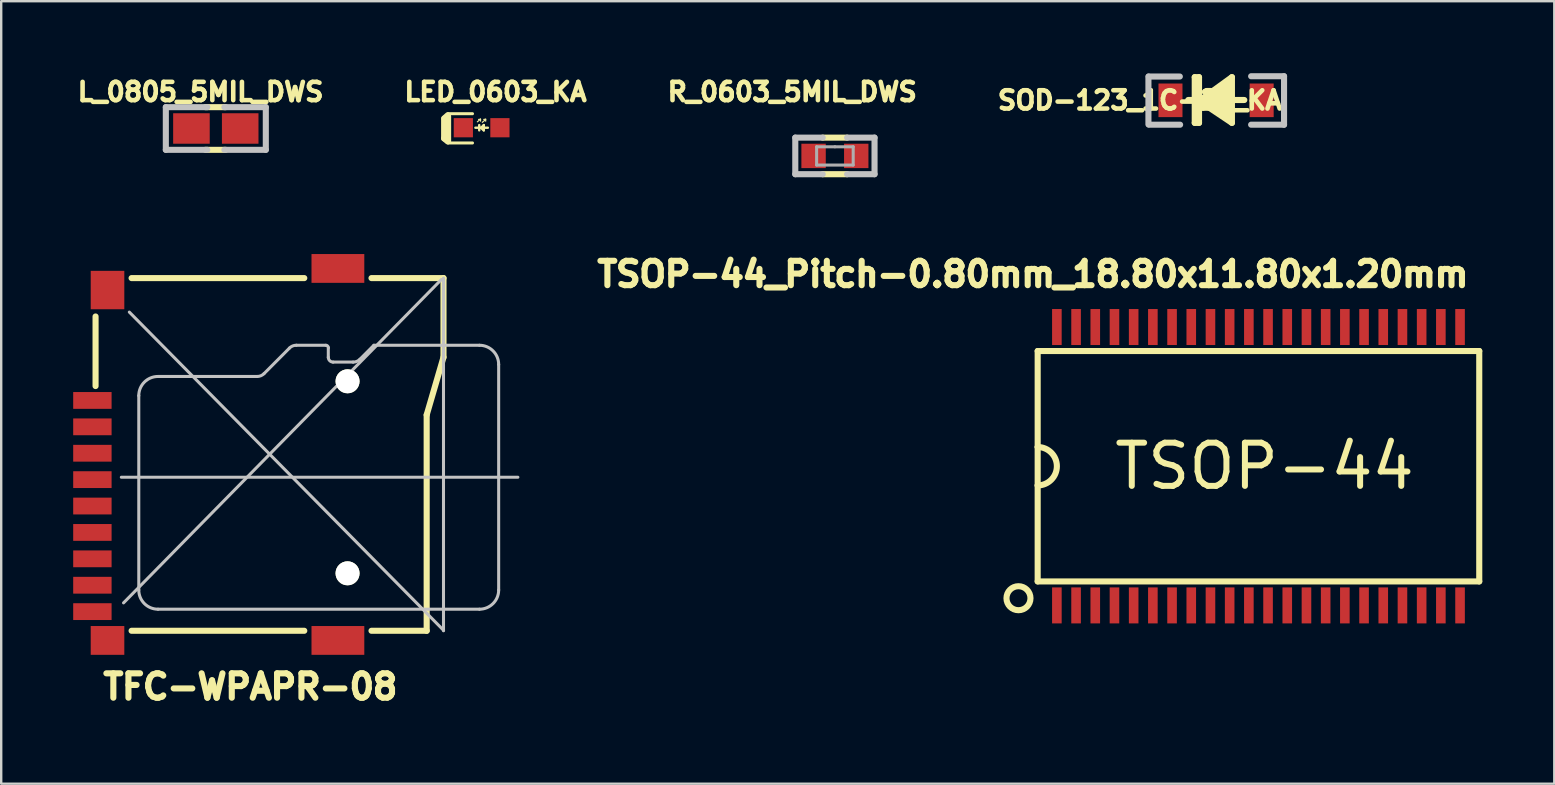
<source format=kicad_pcb>
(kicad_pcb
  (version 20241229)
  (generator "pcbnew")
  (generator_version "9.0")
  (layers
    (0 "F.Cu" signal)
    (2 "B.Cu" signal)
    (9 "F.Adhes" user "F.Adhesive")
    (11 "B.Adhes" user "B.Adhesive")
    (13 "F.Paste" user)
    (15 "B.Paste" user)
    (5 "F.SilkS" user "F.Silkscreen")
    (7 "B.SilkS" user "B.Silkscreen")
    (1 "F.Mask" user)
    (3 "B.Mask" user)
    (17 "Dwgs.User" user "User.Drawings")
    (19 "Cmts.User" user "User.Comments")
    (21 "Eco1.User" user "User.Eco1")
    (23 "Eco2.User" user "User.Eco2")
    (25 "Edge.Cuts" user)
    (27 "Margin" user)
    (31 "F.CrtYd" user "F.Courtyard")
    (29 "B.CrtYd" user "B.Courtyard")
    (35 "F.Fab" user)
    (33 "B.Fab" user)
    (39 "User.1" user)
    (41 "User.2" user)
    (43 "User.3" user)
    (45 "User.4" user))
  (footprint "LED_0603_KA"
    (layer "F.Cu")
    (at 17.019 2.272)
    (property "Reference" "LED_0603_KA" (at 0.58 -1.492 0) (layer "F.SilkS") (effects (font (size 0.762 0.762) (thickness 0.191))))
    (attr smd)
    (fp_line (start -1.562 0.445) (end -1.562 -0.381) (stroke (width 0.254) (type solid)) (layer "F.SilkS"))
    (fp_line (start -1.41 -0.521) (end -1.549 -0.394) (stroke (width 0.254) (type solid)) (layer "F.SilkS"))
    (fp_line (start -1.41 0.572) (end -1.562 0.445) (stroke (width 0.254) (type solid)) (layer "F.SilkS"))
    (fp_line (start -1.397 -0.584) (end -0.381 -0.584) (stroke (width 0.127) (type solid)) (layer "F.SilkS"))
    (fp_line (start -1.397 -0.483) (end -1.397 0.559) (stroke (width 0.254) (type solid)) (layer "F.SilkS"))
    (fp_line (start -0.381 0.635) (end -1.397 0.635) (stroke (width 0.127) (type solid)) (layer "F.SilkS"))
    (fp_line (start -0.178 -0.246) (end -0.048 -0.356) (stroke (width 0.05) (type solid)) (layer "F.SilkS"))
    (fp_line (start -0.1 0.11) (end -0.1 -0.11) (stroke (width 0.1) (type solid)) (layer "F.SilkS"))
    (fp_line (start -0.046 -0.355) (end -0.126 -0.345) (stroke (width 0.05) (type solid)) (layer "F.SilkS"))
    (fp_line (start -0.046 -0.355) (end -0.046 -0.275) (stroke (width 0.05) (type solid)) (layer "F.SilkS"))
    (fp_line (start 0.029 -0.225) (end 0.159 -0.335) (stroke (width 0.05) (type solid)) (layer "F.SilkS"))
    (fp_line (start 0.09 -0.11) (end -0.01 -0.01) (stroke (width 0.1) (type solid)) (layer "F.SilkS"))
    (fp_line (start 0.09 0.11) (end -0.02 0.01) (stroke (width 0.1) (type solid)) (layer "F.SilkS"))
    (fp_line (start 0.09 0.11) (end 0.09 -0.11) (stroke (width 0.1) (type solid)) (layer "F.SilkS"))
    (fp_line (start 0.169 -0.355) (end 0.089 -0.345) (stroke (width 0.05) (type solid)) (layer "F.SilkS"))
    (fp_line (start 0.169 -0.355) (end 0.169 -0.275) (stroke (width 0.05) (type solid)) (layer "F.SilkS"))
    (fp_line (start 0.26 0) (end -0.26 0) (stroke (width 0.1) (type solid)) (layer "F.SilkS"))
    (fp_line (start -0.229 0.635) (end -0.229 0.533) (stroke (width 0.127) (type solid)) (layer "Eco1.User"))
    (fp_line (start -0.229 0.635) (end -0.127 0.61) (stroke (width 0.127) (type solid)) (layer "Eco1.User"))
    (fp_line (start -0.051 0.406) (end -0.229 0.635) (stroke (width 0.127) (type solid)) (layer "Eco1.User"))
    (fp_line (start 0.051 0.635) (end 0.051 0.533) (stroke (width 0.127) (type solid)) (layer "Eco1.User"))
    (fp_line (start 0.051 0.635) (end 0.152 0.61) (stroke (width 0.127) (type solid)) (layer "Eco1.User"))
    (fp_line (start 0.229 0.406) (end 0.051 0.635) (stroke (width 0.127) (type solid)) (layer "Eco1.User"))
    (fp_line (start 1.397 -0.584) (end 0.381 -0.584) (stroke (width 0.127) (type solid)) (layer "Eco1.User"))
    (fp_line (start 1.397 0.584) (end 0.381 0.584) (stroke (width 0.127) (type solid)) (layer "Eco1.User"))
    (fp_line (start 1.397 0.584) (end 1.397 -0.584) (stroke (width 0.127) (type solid)) (layer "Eco1.User"))
    (pad "1" smd rect (at -0.762 0 180) (size 0.8 0.8) (layers "F.Cu" "F.Mask" "F.Paste"))
    (pad "2" smd rect (at 0.762 0 180) (size 0.8 0.8) (layers "F.Cu" "F.Mask" "F.Paste")))
  (footprint "R_0603_5MIL_DWS"
    (layer "F.Cu")
    (at 31.74 3.447)
    (property "Reference" "R_0603_5MIL_DWS" (at -1.778 -2.667 0) (layer "F.SilkS") (effects (font (size 0.762 0.762) (thickness 0.191))))
    (attr smd)
    (fp_line (start -0.508 -0.762) (end 0.508 -0.762) (stroke (width 0.254) (type solid)) (layer "F.SilkS"))
    (fp_line (start -0.508 0.762) (end 0.508 0.762) (stroke (width 0.254) (type solid)) (layer "F.SilkS"))
    (fp_line (start -1.651 -0.762) (end -1.651 0.762) (stroke (width 0.254) (type solid)) (layer "Dwgs.User"))
    (fp_line (start -1.651 0.762) (end -0.508 0.762) (stroke (width 0.254) (type solid)) (layer "Dwgs.User"))
    (fp_line (start -0.508 -0.762) (end -1.651 -0.762) (stroke (width 0.254) (type solid)) (layer "Dwgs.User"))
    (fp_line (start 0.508 -0.762) (end 1.651 -0.762) (stroke (width 0.254) (type solid)) (layer "Dwgs.User"))
    (fp_line (start 1.651 -0.762) (end 1.651 0.762) (stroke (width 0.254) (type solid)) (layer "Dwgs.User"))
    (fp_line (start 1.651 0.762) (end 0.508 0.762) (stroke (width 0.254) (type solid)) (layer "Dwgs.User"))
    (fp_line (start -0.762 -0.381) (end -0.762 0.381) (stroke (width 0.127) (type solid)) (layer "F.Fab"))
    (fp_line (start -0.762 0.381) (end 0.762 0.381) (stroke (width 0.127) (type solid)) (layer "F.Fab"))
    (fp_line (start 0 -0.381) (end -0.762 -0.381) (stroke (width 0.127) (type solid)) (layer "F.Fab"))
    (fp_line (start 0.762 -0.381) (end 0 -0.381) (stroke (width 0.127) (type solid)) (layer "F.Fab"))
    (fp_line (start 0.762 0.381) (end 0.762 -0.381) (stroke (width 0.127) (type solid)) (layer "F.Fab"))
    (pad "1" smd rect (at -0.889 0) (size 1.016 1.016) (layers "F.Cu" "F.Mask" "F.Paste"))
    (pad "2" smd rect (at 0.889 0) (size 1.016 1.016) (layers "F.Cu" "F.Mask" "F.Paste")))
  (footprint "TFC-WPAPR-08"
    (layer "F.Cu")
    (at 7.8 15.886)
    (property "Reference" "TFC-WPAPR-08" (at -0.418 9.68 180) (layer "F.SilkS") (effects (font (size 1.016 1.016) (thickness 0.254))))
    (attr smd)
    (fp_line (start -6.868 -2.85) (end -6.868 -5.748) (stroke (width 0.254) (type solid)) (layer "F.SilkS"))
    (fp_line (start -5.367 -7.348) (end 1.829 -7.348) (stroke (width 0.254) (type solid)) (layer "F.SilkS"))
    (fp_line (start -5.367 7.348) (end 1.829 7.348) (stroke (width 0.254) (type solid)) (layer "F.SilkS"))
    (fp_line (start 4.63 -7.348) (end 7.63 -7.348) (stroke (width 0.254) (type solid)) (layer "F.SilkS"))
    (fp_line (start 4.63 7.348) (end 6.929 7.348) (stroke (width 0.254) (type solid)) (layer "F.SilkS"))
    (fp_line (start 6.929 -1.648) (end 6.929 7.348) (stroke (width 0.254) (type solid)) (layer "F.SilkS"))
    (fp_line (start 7.63 -7.348) (end 7.63 -4.049) (stroke (width 0.254) (type solid)) (layer "F.SilkS"))
    (fp_line (start 7.63 -4.049) (end 6.929 -1.648) (stroke (width 0.254) (type solid)) (layer "F.SilkS"))
    (fp_line (start -5.794 0.95) (end 10.729 0.95) (stroke (width 0.127) (type solid)) (layer "Dwgs.User"))
    (fp_line (start -5.702 6.185) (end 7.544 -7.29) (stroke (width 0.127) (type solid)) (layer "Dwgs.User"))
    (fp_line (start -5.461 -5.931) (end 7.633 7.328) (stroke (width 0.127) (type solid)) (layer "Dwgs.User"))
    (fp_line (start -5.067 5.649) (end -5.067 -2.449) (stroke (width 0.127) (type solid)) (layer "Dwgs.User"))
    (fp_line (start -4.267 -3.249) (end -0.135 -3.249) (stroke (width 0.127) (type solid)) (layer "Dwgs.User"))
    (fp_line (start 0.15 -3.365) (end 1.212 -4.432) (stroke (width 0.127) (type solid)) (layer "Dwgs.User"))
    (fp_line (start 1.496 -4.549) (end 2.731 -4.549) (stroke (width 0.127) (type solid)) (layer "Dwgs.User"))
    (fp_line (start 2.83 -4.448) (end 2.83 -4.049) (stroke (width 0.127) (type solid)) (layer "Dwgs.User"))
    (fp_line (start 3.03 -3.848) (end 3.863 -3.848) (stroke (width 0.127) (type solid)) (layer "Dwgs.User"))
    (fp_line (start 4.148 -3.965) (end 4.729 -4.549) (stroke (width 0.127) (type solid)) (layer "Dwgs.User"))
    (fp_line (start 4.729 -4.549) (end 9.129 -4.549) (stroke (width 0.127) (type solid)) (layer "Dwgs.User"))
    (fp_line (start 7.63 -7.348) (end 7.63 7.348) (stroke (width 0.127) (type solid)) (layer "Dwgs.User"))
    (fp_line (start 9.129 6.449) (end -4.267 6.449) (stroke (width 0.127) (type solid)) (layer "Dwgs.User"))
    (fp_line (start 9.929 -3.749) (end 9.929 5.649) (stroke (width 0.127) (type solid)) (layer "Dwgs.User"))
    (fp_arc (start -5.0673 -2.44856) (mid -4.832956 -3.014316) (end -4.2672 -3.24866) (stroke (width 0.127) (type solid)) (layer "Dwgs.User"))
    (fp_arc (start -4.2672 6.44906) (mid -4.832956 6.214716) (end -5.0673 5.64896) (stroke (width 0.127) (type solid)) (layer "Dwgs.User"))
    (fp_arc (start 0.14986 -3.3655) (mid 0.020505 -3.279068) (end -0.13208 -3.248717) (stroke (width 0.127) (type solid)) (layer "Dwgs.User"))
    (fp_arc (start 1.21158 -4.4323) (mid 1.341776 -4.519377) (end 1.495358 -4.550135) (stroke (width 0.127) (type solid)) (layer "Dwgs.User"))
    (fp_arc (start 2.7305 -4.54914) (mid 2.802342 -4.519382) (end 2.8321 -4.44754) (stroke (width 0.127) (type solid)) (layer "Dwgs.User"))
    (fp_arc (start 3.03022 -3.8481) (mid 2.888332 -3.906872) (end 2.82956 -4.04876) (stroke (width 0.127) (type solid)) (layer "Dwgs.User"))
    (fp_arc (start 4.14782 -3.96494) (mid 4.017299 -3.877729) (end 3.86334 -3.847105) (stroke (width 0.127) (type solid)) (layer "Dwgs.User"))
    (fp_arc (start 9.12876 -4.54914) (mid 9.694516 -4.314796) (end 9.92886 -3.74904) (stroke (width 0.127) (type solid)) (layer "Dwgs.User"))
    (fp_arc (start 9.92886 5.64896) (mid 9.694516 6.214716) (end 9.12876 6.44906) (stroke (width 0.127) (type solid)) (layer "Dwgs.User"))
    (pad "" smd rect (at -7.25 -2.25 270) (size 0.7 1.1) (layers "F.Mask" "F.Paste"))
    (pad "" smd rect (at -7.25 -1.15 270) (size 0.7 1.1) (layers "F.Mask" "F.Paste"))
    (pad "" smd rect (at -7.25 -0.05 270) (size 0.7 1.1) (layers "F.Mask" "F.Paste"))
    (pad "" smd rect (at -7.25 1.05 270) (size 0.7 1.1) (layers "F.Mask" "F.Paste"))
    (pad "" smd rect (at -7.25 2.15 270) (size 0.7 1.1) (layers "F.Mask" "F.Paste"))
    (pad "" smd rect (at -7.25 3.25 270) (size 0.7 1.1) (layers "F.Mask" "F.Paste"))
    (pad "" smd rect (at -7.25 4.35 270) (size 0.7 1.1) (layers "F.Mask" "F.Paste"))
    (pad "" smd rect (at -7.25 5.45 270) (size 0.7 1.1) (layers "F.Mask" "F.Paste"))
    (pad "" smd rect (at -7.25 6.55 270) (size 0.7 1.1) (layers "F.Mask" "F.Paste"))
    (pad "" smd rect (at -6.37 -6.95 270) (size 1.8 1.8) (layers "F.Paste"))
    (pad "" smd rect (at -6.37 7.85 270) (size 1.4 1.8) (layers "F.Paste"))
    (pad "" smd rect (at 3.23 -7.85 270) (size 1.4 2.6) (layers "F.Paste"))
    (pad "" smd rect (at 3.23 7.85 270) (size 1.4 2.6) (layers "F.Paste"))
    (pad "" np_thru_hole circle (at 3.632 -3.048) (size 1 1) (drill 1) (layers "*.Cu" "*.Mask" "F.SilkS"))
    (pad "" np_thru_hole circle (at 3.632 4.953) (size 1 1) (drill 1) (layers "*.Cu" "*.Mask" "F.SilkS"))
    (pad "1" smd rect (at -7 -2.25 270) (size 0.7 1.6) (layers "F.Cu"))
    (pad "2" smd rect (at -7 -1.15 270) (size 0.7 1.6) (layers "F.Cu"))
    (pad "3" smd rect (at -7 -0.05 270) (size 0.7 1.6) (layers "F.Cu"))
    (pad "4" smd rect (at -7 1.05 270) (size 0.7 1.6) (layers "F.Cu"))
    (pad "5" smd rect (at -7 2.15 270) (size 0.7 1.6) (layers "F.Cu"))
    (pad "6" smd rect (at -7 3.25 270) (size 0.7 1.6) (layers "F.Cu"))
    (pad "7" smd rect (at -7 4.35 270) (size 0.7 1.6) (layers "F.Cu"))
    (pad "8" smd rect (at -7 5.45 270) (size 0.7 1.6) (layers "F.Cu"))
    (pad "9" smd rect (at -7 6.55 270) (size 0.7 1.6) (layers "F.Cu"))
    (pad "10" smd rect (at -6.37 7.75 270) (size 1.2 1.4) (layers "F.Cu" "F.Mask"))
    (pad "11" smd rect (at -6.37 -6.85 270) (size 1.6 1.4) (layers "F.Cu" "F.Mask"))
    (pad "12" smd rect (at 3.23 7.75 270) (size 1.2 2.2) (layers "F.Cu" "F.Mask"))
    (pad "13" smd rect (at 3.23 -7.75 270) (size 1.2 2.2) (layers "F.Cu" "F.Mask")))
  (footprint "TSOP-44_Pitch-0.80mm_18.80x11.80x1.20mm"
    (layer "F.Cu")
    (at 49.389 16.377)
    (property "Reference" "TSOP-44_Pitch-0.80mm_18.80x11.80x1.20mm" (at -9.398 -8.001 180) (layer "F.SilkS") (effects (font (size 1.016 1.016) (thickness 0.254))))
    (attr smd)
    (fp_line (start -9.2 -4.8) (end 9.2 -4.8) (stroke (width 0.254) (type solid)) (layer "F.SilkS"))
    (fp_line (start -9.2 -0.8) (end -9.2 -4.8) (stroke (width 0.254) (type solid)) (layer "F.SilkS"))
    (fp_line (start -9.2 0.8) (end -9.2 -0.8) (stroke (width 0.254) (type solid)) (layer "F.SilkS"))
    (fp_line (start -9.2 4.8) (end -9.2 0.8) (stroke (width 0.254) (type solid)) (layer "F.SilkS"))
    (fp_line (start 9.2 -4.8) (end 9.2 4.8) (stroke (width 0.254) (type solid)) (layer "F.SilkS"))
    (fp_line (start 9.2 4.8) (end -9.2 4.8) (stroke (width 0.254) (type solid)) (layer "F.SilkS"))
    (fp_arc (start -9.2 -0.8) (mid -8.4 0) (end -9.2 0.8) (stroke (width 0.254) (type solid)) (layer "F.SilkS"))
    (fp_circle (center -10 5.5) (end -10 6) (stroke (width 0.254) (type solid)) (fill no) (layer "F.SilkS"))
    (fp_text user "TSOP-44" (at 0.25 0 0) (layer "F.SilkS") (effects (font (size 1.8 1.8) (thickness 0.25))))
    (pad "1" smd rect (at -8.4 5.8) (size 0.4 1.5) (layers "F.Cu" "F.Mask" "F.Paste"))
    (pad "2" smd rect (at -7.6 5.8) (size 0.4 1.5) (layers "F.Cu" "F.Mask" "F.Paste"))
    (pad "3" smd rect (at -6.8 5.8) (size 0.4 1.5) (layers "F.Cu" "F.Mask" "F.Paste"))
    (pad "4" smd rect (at -6 5.8) (size 0.4 1.5) (layers "F.Cu" "F.Mask" "F.Paste"))
    (pad "5" smd rect (at -5.2 5.8) (size 0.4 1.5) (layers "F.Cu" "F.Mask" "F.Paste"))
    (pad "6" smd rect (at -4.4 5.8) (size 0.4 1.5) (layers "F.Cu" "F.Mask" "F.Paste"))
    (pad "7" smd rect (at -3.6 5.8) (size 0.4 1.5) (layers "F.Cu" "F.Mask" "F.Paste"))
    (pad "8" smd rect (at -2.8 5.8) (size 0.4 1.5) (layers "F.Cu" "F.Mask" "F.Paste"))
    (pad "9" smd rect (at -2 5.8) (size 0.4 1.5) (layers "F.Cu" "F.Mask" "F.Paste"))
    (pad "10" smd rect (at -1.2 5.8) (size 0.4 1.5) (layers "F.Cu" "F.Mask" "F.Paste"))
    (pad "11" smd rect (at -0.4 5.8) (size 0.4 1.5) (layers "F.Cu" "F.Mask" "F.Paste"))
    (pad "12" smd rect (at 0.4 5.8) (size 0.4 1.5) (layers "F.Cu" "F.Mask" "F.Paste"))
    (pad "13" smd rect (at 1.2 5.8) (size 0.4 1.5) (layers "F.Cu" "F.Mask" "F.Paste"))
    (pad "14" smd rect (at 2 5.8) (size 0.4 1.5) (layers "F.Cu" "F.Mask" "F.Paste"))
    (pad "15" smd rect (at 2.8 5.8) (size 0.4 1.5) (layers "F.Cu" "F.Mask" "F.Paste"))
    (pad "16" smd rect (at 3.6 5.8) (size 0.4 1.5) (layers "F.Cu" "F.Mask" "F.Paste"))
    (pad "17" smd rect (at 4.4 5.8) (size 0.4 1.5) (layers "F.Cu" "F.Mask" "F.Paste"))
    (pad "18" smd rect (at 5.2 5.8) (size 0.4 1.5) (layers "F.Cu" "F.Mask" "F.Paste"))
    (pad "19" smd rect (at 6 5.8) (size 0.4 1.5) (layers "F.Cu" "F.Mask" "F.Paste"))
    (pad "20" smd rect (at 6.8 5.8) (size 0.4 1.5) (layers "F.Cu" "F.Mask" "F.Paste"))
    (pad "21" smd rect (at 7.6 5.8) (size 0.4 1.5) (layers "F.Cu" "F.Mask" "F.Paste"))
    (pad "22" smd rect (at 8.4 5.8) (size 0.4 1.5) (layers "F.Cu" "F.Mask" "F.Paste"))
    (pad "23" smd rect (at 8.4 -5.8) (size 0.4 1.5) (layers "F.Cu" "F.Mask" "F.Paste"))
    (pad "24" smd rect (at 7.6 -5.8) (size 0.4 1.5) (layers "F.Cu" "F.Mask" "F.Paste"))
    (pad "25" smd rect (at 6.8 -5.8) (size 0.4 1.5) (layers "F.Cu" "F.Mask" "F.Paste"))
    (pad "26" smd rect (at 6 -5.8) (size 0.4 1.5) (layers "F.Cu" "F.Mask" "F.Paste"))
    (pad "27" smd rect (at 5.2 -5.8) (size 0.4 1.5) (layers "F.Cu" "F.Mask" "F.Paste"))
    (pad "28" smd rect (at 4.4 -5.8) (size 0.4 1.5) (layers "F.Cu" "F.Mask" "F.Paste"))
    (pad "29" smd rect (at 3.6 -5.8) (size 0.4 1.5) (layers "F.Cu" "F.Mask" "F.Paste"))
    (pad "30" smd rect (at 2.8 -5.8) (size 0.4 1.5) (layers "F.Cu" "F.Mask" "F.Paste"))
    (pad "31" smd rect (at 2 -5.8) (size 0.4 1.5) (layers "F.Cu" "F.Mask" "F.Paste"))
    (pad "32" smd rect (at 1.2 -5.8) (size 0.4 1.5) (layers "F.Cu" "F.Mask" "F.Paste"))
    (pad "33" smd rect (at 0.4 -5.8) (size 0.4 1.5) (layers "F.Cu" "F.Mask" "F.Paste"))
    (pad "34" smd rect (at -0.4 -5.8) (size 0.4 1.5) (layers "F.Cu" "F.Mask" "F.Paste"))
    (pad "35" smd rect (at -1.2 -5.8) (size 0.4 1.5) (layers "F.Cu" "F.Mask" "F.Paste"))
    (pad "36" smd rect (at -2 -5.8) (size 0.4 1.5) (layers "F.Cu" "F.Mask" "F.Paste"))
    (pad "37" smd rect (at -2.8 -5.8) (size 0.4 1.5) (layers "F.Cu" "F.Mask" "F.Paste"))
    (pad "38" smd rect (at -3.6 -5.8) (size 0.4 1.5) (layers "F.Cu" "F.Mask" "F.Paste"))
    (pad "39" smd rect (at -4.4 -5.8) (size 0.4 1.5) (layers "F.Cu" "F.Mask" "F.Paste"))
    (pad "40" smd rect (at -5.2 -5.8) (size 0.4 1.5) (layers "F.Cu" "F.Mask" "F.Paste"))
    (pad "41" smd rect (at -6 -5.8) (size 0.4 1.5) (layers "F.Cu" "F.Mask" "F.Paste"))
    (pad "42" smd rect (at -6.8 -5.8) (size 0.4 1.5) (layers "F.Cu" "F.Mask" "F.Paste"))
    (pad "43" smd rect (at -7.6 -5.8) (size 0.4 1.5) (layers "F.Cu" "F.Mask" "F.Paste"))
    (pad "44" smd rect (at -8.4 -5.8) (size 0.4 1.5) (layers "F.Cu" "F.Mask" "F.Paste")))
  (footprint "SOD-123_1C-2A_KA"
    (layer "F.Cu")
    (at 47.623 1.13)
    (property "Reference" "SOD-123_1C-2A_KA" (at -3.175 0 0) (layer "F.SilkS") (effects (font (size 0.762 0.762) (thickness 0.191))))
    (attr smd)
    (fp_line (start -0.889 0.94) (end -0.889 -0.965) (stroke (width 0.254) (type solid)) (layer "F.SilkS"))
    (fp_line (start -0.711 -0.965) (end -0.889 -0.965) (stroke (width 0.254) (type solid)) (layer "F.SilkS"))
    (fp_line (start -0.711 0.025) (end 0.66 -0.965) (stroke (width 0.254) (type solid)) (layer "F.SilkS"))
    (fp_line (start -0.711 0.94) (end -0.889 0.94) (stroke (width 0.254) (type solid)) (layer "F.SilkS"))
    (fp_line (start -0.711 0.94) (end -0.711 -0.965) (stroke (width 0.254) (type solid)) (layer "F.SilkS"))
    (fp_line (start -0.254 0.127) (end -0.254 -0.254) (stroke (width 0.254) (type solid)) (layer "F.SilkS"))
    (fp_line (start -0.127 0.254) (end -0.127 -0.381) (stroke (width 0.254) (type solid)) (layer "F.SilkS"))
    (fp_line (start 0 0.381) (end 0 -0.381) (stroke (width 0.254) (type solid)) (layer "F.SilkS"))
    (fp_line (start 0.127 0.381) (end 0.127 -0.508) (stroke (width 0.254) (type solid)) (layer "F.SilkS"))
    (fp_line (start 0.254 -0.508) (end 0.254 0.635) (stroke (width 0.254) (type solid)) (layer "F.SilkS"))
    (fp_line (start 0.381 0.635) (end 0.381 -0.635) (stroke (width 0.254) (type solid)) (layer "F.SilkS"))
    (fp_line (start 0.508 -0.762) (end 0.508 0.762) (stroke (width 0.254) (type solid)) (layer "F.SilkS"))
    (fp_line (start 0.66 0.94) (end -0.711 0.025) (stroke (width 0.254) (type solid)) (layer "F.SilkS"))
    (fp_line (start 0.66 0.94) (end 0.66 -0.965) (stroke (width 0.254) (type solid)) (layer "F.SilkS"))
    (fp_line (start 1.176 -0.013) (end -1.16 -0.013) (stroke (width 0.254) (type solid)) (layer "F.SilkS"))
    (fp_line (start -2.819 -0.991) (end -2.819 1.003) (stroke (width 0.254) (type solid)) (layer "Dwgs.User"))
    (fp_line (start -2.807 -0.991) (end -1.511 -0.991) (stroke (width 0.254) (type solid)) (layer "Dwgs.User"))
    (fp_line (start -2.794 1.016) (end -1.499 1.016) (stroke (width 0.254) (type solid)) (layer "Dwgs.User"))
    (fp_line (start 2.832 -1.003) (end 1.46 -1.003) (stroke (width 0.254) (type solid)) (layer "Dwgs.User"))
    (fp_line (start 2.832 -1.003) (end 2.832 1.016) (stroke (width 0.254) (type solid)) (layer "Dwgs.User"))
    (fp_line (start 2.832 1.016) (end 1.46 1.016) (stroke (width 0.254) (type solid)) (layer "Dwgs.User"))
    (pad "1" smd rect (at -1.9 0) (size 1 1.4) (layers "F.Cu" "F.Mask" "F.Paste"))
    (pad "2" smd rect (at 1.9 0) (size 1 1.4) (layers "F.Cu" "F.Mask" "F.Paste")))
  (footprint "L_0805_5MIL_DWS"
    (layer "F.Cu")
    (at 5.943 2.304)
    (property "Reference" "L_0805_5MIL_DWS" (at -0.635 -1.524 0) (layer "F.SilkS") (effects (font (size 0.762 0.762) (thickness 0.191))))
    (attr smd)
    (fp_line (start -0.432 -0.889) (end 0.406 -0.889) (stroke (width 0.254) (type solid)) (layer "F.SilkS"))
    (fp_line (start -0.432 0.889) (end 0.406 0.889) (stroke (width 0.254) (type solid)) (layer "F.SilkS"))
    (fp_line (start -2.083 -0.889) (end -2.083 0.889) (stroke (width 0.254) (type solid)) (layer "Dwgs.User"))
    (fp_line (start -2.083 0.889) (end -0.356 0.889) (stroke (width 0.254) (type solid)) (layer "Dwgs.User"))
    (fp_line (start -0.356 -0.889) (end -2.083 -0.889) (stroke (width 0.254) (type solid)) (layer "Dwgs.User"))
    (fp_line (start 0.356 0.889) (end 2.083 0.889) (stroke (width 0.254) (type solid)) (layer "Dwgs.User"))
    (fp_line (start 2.083 -0.889) (end 0.356 -0.889) (stroke (width 0.254) (type solid)) (layer "Dwgs.User"))
    (fp_line (start 2.083 -0.889) (end 2.083 0.889) (stroke (width 0.254) (type solid)) (layer "Dwgs.User"))
    (pad "1" smd rect (at -1.016 0) (size 1.524 1.27) (layers "F.Cu" "F.Mask" "F.Paste"))
    (pad "2" smd rect (at 1.016 0) (size 1.524 1.27) (layers "F.Cu" "F.Mask" "F.Paste")))
  (gr_rect
    (start -3 -3)
    (end 61.716 29.606)
    (stroke (width 0.1) (type default))
    (fill no)
    (layer "Edge.Cuts")))
</source>
